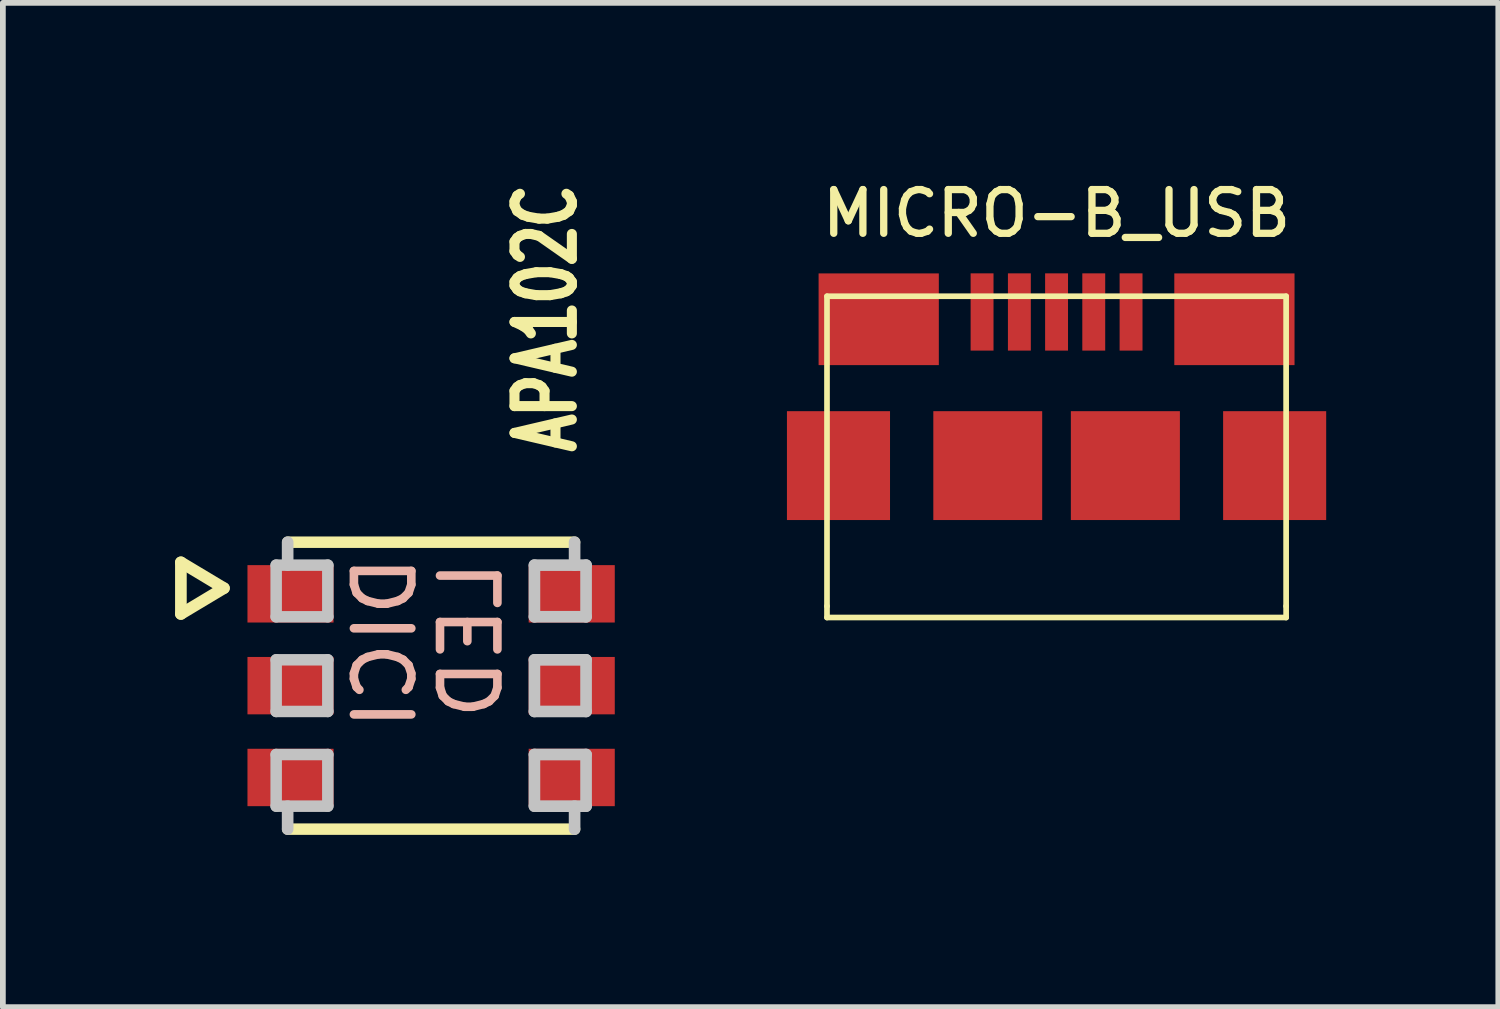
<source format=kicad_pcb>
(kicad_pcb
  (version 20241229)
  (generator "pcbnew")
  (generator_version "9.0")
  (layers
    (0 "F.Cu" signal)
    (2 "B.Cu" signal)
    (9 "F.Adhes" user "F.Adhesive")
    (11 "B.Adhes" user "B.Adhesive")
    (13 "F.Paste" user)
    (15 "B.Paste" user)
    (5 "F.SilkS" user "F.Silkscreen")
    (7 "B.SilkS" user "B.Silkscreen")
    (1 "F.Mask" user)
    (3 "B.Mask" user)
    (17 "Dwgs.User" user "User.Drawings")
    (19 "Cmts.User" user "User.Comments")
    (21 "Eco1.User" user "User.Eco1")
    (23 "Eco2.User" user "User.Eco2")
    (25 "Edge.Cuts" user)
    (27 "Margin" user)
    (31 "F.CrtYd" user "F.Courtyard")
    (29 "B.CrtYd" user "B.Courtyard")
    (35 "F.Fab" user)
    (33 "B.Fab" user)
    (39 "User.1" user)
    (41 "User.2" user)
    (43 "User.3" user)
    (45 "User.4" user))
  (footprint "MICRO-B_USB"
    (layer "F.Cu")
    (at 15.36 6.511)
    (property "Reference" "MICRO-B_USB" (at 0 -5.842 0) (layer "F.SilkS") (effects (font (size 0.762 0.762) (thickness 0.127))))
    (attr through_hole)
    (fp_line (start -4 -4.399) (end 4 -4.399) (stroke (width 0.099) (type solid)) (layer "F.SilkS"))
    (fp_line (start -4 1.001) (end -4 -4.399) (stroke (width 0.099) (type solid)) (layer "F.SilkS"))
    (fp_line (start -4 1.001) (end -4 1.199) (stroke (width 0.099) (type solid)) (layer "F.SilkS"))
    (fp_line (start 4 -4.399) (end 4 1.001) (stroke (width 0.099) (type solid)) (layer "F.SilkS"))
    (fp_line (start 4 1.001) (end 4 1.199) (stroke (width 0.099) (type solid)) (layer "F.SilkS"))
    (fp_line (start 4 1.199) (end -4 1.199) (stroke (width 0.099) (type solid)) (layer "F.SilkS"))
    (pad "" smd rect (at -3.099 -3.998) (size 2.095 1.598) (layers "F.Cu" "F.Mask" "F.Paste"))
    (pad "" smd rect (at 3.099 -3.998) (size 2.095 1.598) (layers "F.Cu" "F.Mask" "F.Paste"))
    (pad "1" smd rect (at -1.298 -4.125) (size 0.399 1.346) (layers "F.Cu" "F.Mask" "F.Paste"))
    (pad "2" smd rect (at -0.648 -4.125) (size 0.399 1.346) (layers "F.Cu" "F.Mask" "F.Paste"))
    (pad "3" smd rect (at 0 -4.125) (size 0.399 1.346) (layers "F.Cu" "F.Mask" "F.Paste"))
    (pad "4" smd rect (at 0.648 -4.125) (size 0.399 1.346) (layers "F.Cu" "F.Mask" "F.Paste"))
    (pad "5" smd rect (at 1.298 -4.125) (size 0.399 1.346) (layers "F.Cu" "F.Mask" "F.Paste"))
    (pad "6" smd rect (at -3.8 -1.448) (size 1.796 1.897) (layers "F.Cu" "F.Mask" "F.Paste"))
    (pad "7" smd rect (at -1.199 -1.448) (size 1.897 1.897) (layers "F.Cu" "F.Mask" "F.Paste"))
    (pad "8" smd rect (at 1.199 -1.448) (size 1.9 1.897) (layers "F.Cu" "F.Mask" "F.Paste"))
    (pad "9" smd rect (at 3.8 -1.448) (size 1.796 1.897) (layers "F.Cu" "F.Mask" "F.Paste")))
  (footprint "APA102C"
    (layer "F.Cu")
    (at 4.462 8.898)
    (property "Reference" "APA102C" (at 1.999 -6.405 90) (layer "F.SilkS") (effects (font (size 1 0.7) (thickness 0.175))))
    (attr through_hole)
    (fp_line (start -4.36 -2.15) (end -3.61 -1.7) (stroke (width 0.203) (type solid)) (layer "F.SilkS"))
    (fp_line (start -4.36 -1.25) (end -4.36 -2.15) (stroke (width 0.203) (type solid)) (layer "F.SilkS"))
    (fp_line (start -3.61 -1.7) (end -4.36 -1.25) (stroke (width 0.203) (type solid)) (layer "F.SilkS"))
    (fp_line (start -2.499 -2.5) (end 2.499 -2.5) (stroke (width 0.2) (type solid)) (layer "F.SilkS"))
    (fp_line (start 2.5 2.499) (end -2.5 2.499) (stroke (width 0.2) (type solid)) (layer "F.SilkS"))
    (fp_line (start -2.7 -2.101) (end -1.8 -2.101) (stroke (width 0.2) (type solid)) (layer "Dwgs.User"))
    (fp_line (start -2.7 -1.201) (end -2.7 -2.101) (stroke (width 0.2) (type solid)) (layer "Dwgs.User"))
    (fp_line (start -2.7 -0.451) (end -1.8 -0.451) (stroke (width 0.2) (type solid)) (layer "Dwgs.User"))
    (fp_line (start -2.7 0.449) (end -2.7 -0.451) (stroke (width 0.2) (type solid)) (layer "Dwgs.User"))
    (fp_line (start -2.7 1.199) (end -1.8 1.199) (stroke (width 0.2) (type solid)) (layer "Dwgs.User"))
    (fp_line (start -2.7 2.099) (end -2.7 1.199) (stroke (width 0.2) (type solid)) (layer "Dwgs.User"))
    (fp_line (start -2.5 -2.501) (end -2.5 -2.101) (stroke (width 0.203) (type solid)) (layer "Dwgs.User"))
    (fp_line (start -2.5 2.099) (end -2.5 2.499) (stroke (width 0.203) (type solid)) (layer "Dwgs.User"))
    (fp_line (start -1.8 -2.101) (end -1.8 -1.201) (stroke (width 0.2) (type solid)) (layer "Dwgs.User"))
    (fp_line (start -1.8 -1.201) (end -2.7 -1.201) (stroke (width 0.2) (type solid)) (layer "Dwgs.User"))
    (fp_line (start -1.8 -0.451) (end -1.8 0.449) (stroke (width 0.2) (type solid)) (layer "Dwgs.User"))
    (fp_line (start -1.8 0.449) (end -2.7 0.449) (stroke (width 0.2) (type solid)) (layer "Dwgs.User"))
    (fp_line (start -1.8 1.199) (end -1.8 2.099) (stroke (width 0.2) (type solid)) (layer "Dwgs.User"))
    (fp_line (start -1.8 2.099) (end -2.7 2.099) (stroke (width 0.2) (type solid)) (layer "Dwgs.User"))
    (fp_line (start 1.8 -2.101) (end 2.7 -2.101) (stroke (width 0.203) (type solid)) (layer "Dwgs.User"))
    (fp_line (start 1.8 -1.201) (end 1.8 -2.101) (stroke (width 0.203) (type solid)) (layer "Dwgs.User"))
    (fp_line (start 1.8 -0.451) (end 1.8 0.449) (stroke (width 0.203) (type solid)) (layer "Dwgs.User"))
    (fp_line (start 1.8 0.449) (end 2.7 0.449) (stroke (width 0.203) (type solid)) (layer "Dwgs.User"))
    (fp_line (start 1.8 1.199) (end 1.8 2.099) (stroke (width 0.203) (type solid)) (layer "Dwgs.User"))
    (fp_line (start 1.8 2.099) (end 2.7 2.099) (stroke (width 0.203) (type solid)) (layer "Dwgs.User"))
    (fp_line (start 2.5 -2.501) (end 2.5 -2.101) (stroke (width 0.203) (type solid)) (layer "Dwgs.User"))
    (fp_line (start 2.5 2.099) (end 2.5 2.499) (stroke (width 0.203) (type solid)) (layer "Dwgs.User"))
    (fp_line (start 2.7 -2.101) (end 2.7 -1.201) (stroke (width 0.203) (type solid)) (layer "Dwgs.User"))
    (fp_line (start 2.7 -1.201) (end 1.8 -1.201) (stroke (width 0.203) (type solid)) (layer "Dwgs.User"))
    (fp_line (start 2.7 -0.451) (end 1.8 -0.451) (stroke (width 0.203) (type solid)) (layer "Dwgs.User"))
    (fp_line (start 2.7 0.449) (end 2.7 -0.451) (stroke (width 0.203) (type solid)) (layer "Dwgs.User"))
    (fp_line (start 2.7 1.199) (end 1.8 1.199) (stroke (width 0.203) (type solid)) (layer "Dwgs.User"))
    (fp_line (start 2.7 2.099) (end 2.7 1.199) (stroke (width 0.203) (type solid)) (layer "Dwgs.User"))
    (fp_text user "CI" (at -0.8 0 90) (layer "B.SilkS") (effects (font (size 1 1) (thickness 0.15)) (justify mirror)))
    (fp_text user "LED" (at 0.7 -0.8 90) (layer "B.SilkS") (effects (font (size 1 1) (thickness 0.15)) (justify mirror)))
    (fp_text user "DI" (at -0.8 -1.5 90) (layer "B.SilkS") (effects (font (size 1 1) (thickness 0.15)) (justify mirror)))
    (pad "1" smd rect (at -2.45 -1.601 270) (size 1 1.5) (layers "F.Cu" "F.Mask" "F.Paste"))
    (pad "2" smd rect (at -2.45 -0.001 270) (size 1 1.5) (layers "F.Cu" "F.Mask" "F.Paste"))
    (pad "3" smd rect (at -2.45 1.599 270) (size 1 1.5) (layers "F.Cu" "F.Mask" "F.Paste"))
    (pad "4" smd rect (at 2.45 1.599 270) (size 1 1.5) (layers "F.Cu" "F.Mask" "F.Paste"))
    (pad "5" smd rect (at 2.45 -0.001 270) (size 1 1.5) (layers "F.Cu" "F.Mask" "F.Paste"))
    (pad "6" smd rect (at 2.45 -1.601 270) (size 1 1.5) (layers "F.Cu" "F.Mask" "F.Paste")))
  (gr_rect
    (start -3 -3)
    (end 23.057 14.499)
    (stroke (width 0.1) (type default))
    (fill no)
    (layer "Edge.Cuts")))
</source>
